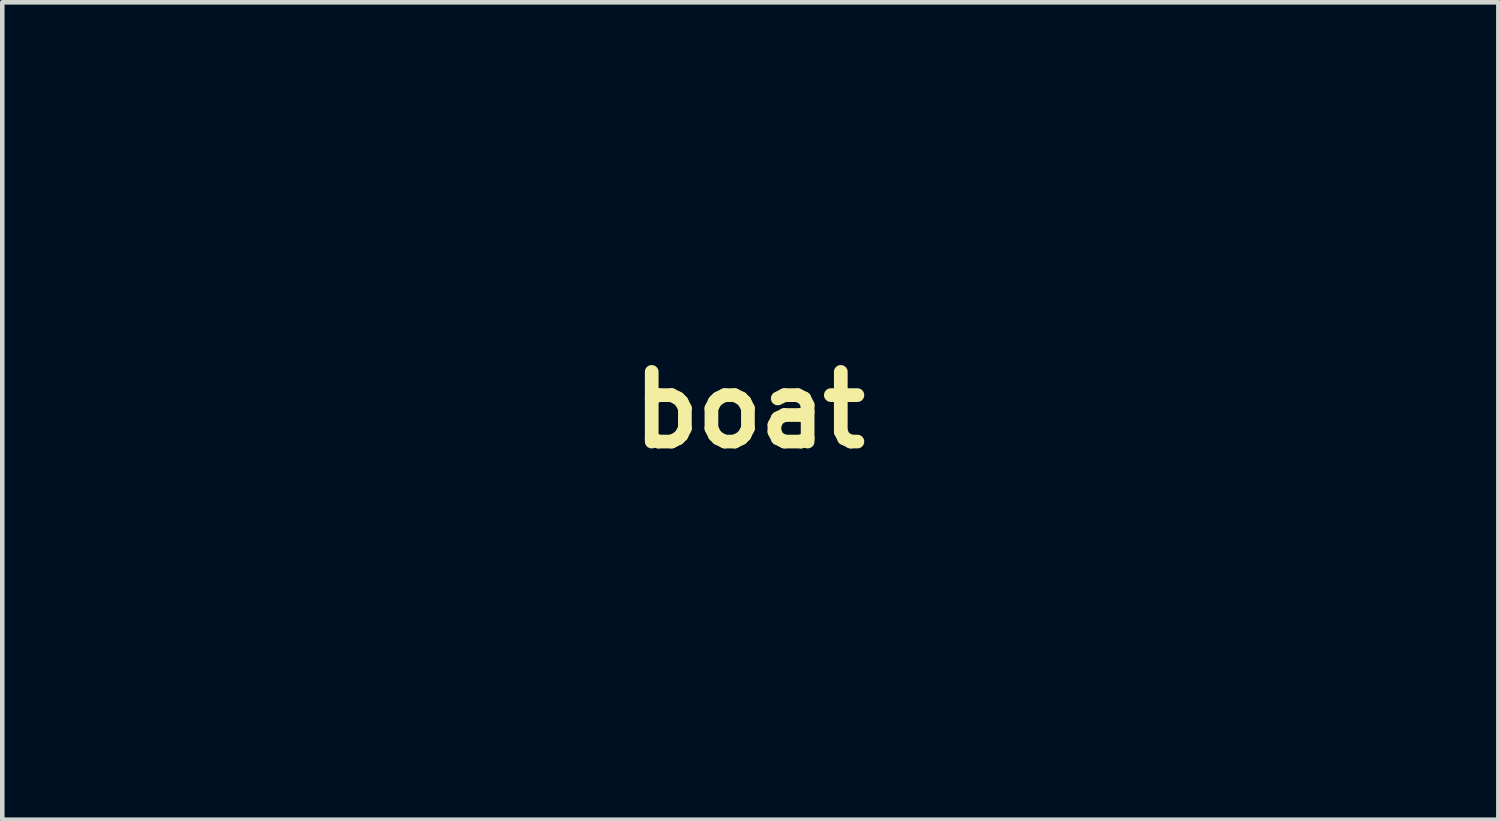
<source format=kicad_pcb>
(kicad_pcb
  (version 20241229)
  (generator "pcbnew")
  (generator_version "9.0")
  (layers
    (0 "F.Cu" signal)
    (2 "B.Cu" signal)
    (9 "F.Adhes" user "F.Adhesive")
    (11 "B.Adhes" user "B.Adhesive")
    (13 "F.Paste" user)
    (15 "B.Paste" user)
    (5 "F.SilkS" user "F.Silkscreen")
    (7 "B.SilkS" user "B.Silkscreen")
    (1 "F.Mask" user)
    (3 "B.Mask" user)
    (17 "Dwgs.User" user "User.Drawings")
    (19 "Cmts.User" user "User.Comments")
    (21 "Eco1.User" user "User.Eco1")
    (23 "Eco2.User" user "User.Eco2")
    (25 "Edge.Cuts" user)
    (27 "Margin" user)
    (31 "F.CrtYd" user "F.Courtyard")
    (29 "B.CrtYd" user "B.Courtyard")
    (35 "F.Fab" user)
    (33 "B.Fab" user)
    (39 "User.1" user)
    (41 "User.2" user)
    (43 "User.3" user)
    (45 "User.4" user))
  (footprint "boat"
    (layer "F.Cu")
    (at 13.349 5.921)
    (property "Reference" "boat" (at 0 0 0) (layer "F.SilkS") (effects (font (size 1.524 1.524) (thickness 0.3))))
    (attr through_hole)
    (fp_poly (pts (xy -10.34 1.662) (xy -10.147 1.73) (xy -10.079 1.858) (xy -10.075 1.916) (xy -10.085 2.018) (xy -10.136 2.078) (xy -10.265 2.107) (xy -10.508 2.116) (xy -10.71 2.117) (xy -11.049 2.109) (xy -11.248 2.084) (xy -11.335 2.034) (xy -11.345 1.996) (xy -11.272 1.788) (xy -11.064 1.66) (xy -10.74 1.617) (xy -10.34 1.662)) (stroke (width 0.01) (type solid)) (fill no) (layer "Eco1.User"))
    (fp_poly (pts (xy -10.436 0.119) (xy -10.408 0.23) (xy -10.395 0.459) (xy -10.401 0.719) (xy -10.41 1.019) (xy -10.39 1.197) (xy -10.331 1.297) (xy -10.252 1.351) (xy -10.108 1.448) (xy -10.106 1.513) (xy -10.254 1.551) (xy -10.562 1.566) (xy -10.668 1.567) (xy -10.96 1.565) (xy -11.172 1.559) (xy -11.26 1.552) (xy -11.261 1.551) (xy -11.19 1.447) (xy -11.02 1.344) (xy -10.82 1.278) (xy -10.741 1.27) (xy -10.487 1.27) (xy -10.5 0.783) (xy -10.507 0.427) (xy -10.504 0.213) (xy -10.489 0.113) (xy -10.458 0.101) (xy -10.436 0.119)) (stroke (width 0.01) (type solid)) (fill no) (layer "Eco1.User"))
    (fp_poly (pts (xy 13.357 -3.656) (xy 13.377 -3.569) (xy 13.325 -3.463) (xy 13.182 -3.255) (xy 12.969 -2.971) (xy 12.707 -2.635) (xy 12.415 -2.272) (xy 12.116 -1.909) (xy 11.83 -1.57) (xy 11.576 -1.281) (xy 11.377 -1.067) (xy 11.253 -0.954) (xy 11.233 -0.943) (xy 11.097 -0.854) (xy 11.037 -0.791) (xy 10.903 -0.708) (xy 10.665 -0.625) (xy 10.487 -0.584) (xy 10.16 -0.53) (xy 9.773 -0.478) (xy 9.364 -0.432) (xy 8.973 -0.396) (xy 8.64 -0.374) (xy 8.405 -0.369) (xy 8.317 -0.379) (xy 8.173 -0.4) (xy 7.894 -0.415) (xy 7.516 -0.423) (xy 7.074 -0.426) (xy 6.602 -0.423) (xy 6.135 -0.415) (xy 5.709 -0.402) (xy 5.358 -0.385) (xy 5.117 -0.363) (xy 5.038 -0.347) (xy 4.848 -0.304) (xy 4.538 -0.254) (xy 4.156 -0.205) (xy 3.872 -0.175) (xy 3.471 -0.127) (xy 3.112 -0.069) (xy 2.841 -0.008) (xy 2.729 0.032) (xy 2.545 0.105) (xy 2.247 0.199) (xy 1.886 0.299) (xy 1.714 0.343) (xy 0.931 0.535) (xy 0.931 0.86) (xy 0.949 1.07) (xy 1.023 1.169) (xy 1.182 1.168) (xy 1.457 1.075) (xy 1.505 1.056) (xy 1.769 0.899) (xy 1.969 0.689) (xy 1.98 0.671) (xy 2.202 0.428) (xy 2.561 0.222) (xy 3.062 0.051) (xy 3.71 -0.084) (xy 4.508 -0.185) (xy 5.462 -0.253) (xy 6.576 -0.288) (xy 7.208 -0.293) (xy 7.841 -0.294) (xy 8.321 -0.291) (xy 8.663 -0.283) (xy 8.882 -0.271) (xy 8.994 -0.252) (xy 9.015 -0.227) (xy 8.959 -0.193) (xy 8.956 -0.192) (xy 8.765 -0.128) (xy 8.647 -0.12) (xy 8.644 -0.122) (xy 8.545 -0.125) (xy 8.306 -0.111) (xy 7.952 -0.082) (xy 7.514 -0.041) (xy 7.023 0.01) (xy 6.497 0.063) (xy 6.001 0.106) (xy 5.57 0.137) (xy 5.242 0.153) (xy 5.067 0.152) (xy 4.845 0.15) (xy 4.722 0.171) (xy 4.712 0.191) (xy 4.662 0.229) (xy 4.489 0.254) (xy 4.386 0.258) (xy 4.056 0.291) (xy 3.724 0.369) (xy 3.683 0.383) (xy 3.409 0.463) (xy 3.158 0.505) (xy 3.114 0.507) (xy 2.799 0.551) (xy 2.432 0.664) (xy 2.088 0.816) (xy 1.863 0.965) (xy 1.401 1.261) (xy 1.016 1.396) (xy 0.656 1.488) (xy 0.429 1.539) (xy 0.307 1.555) (xy 0.259 1.541) (xy 0.254 1.522) (xy 0.286 1.383) (xy 0.456 1.383) (xy 0.554 1.418) (xy 0.591 1.416) (xy 0.757 1.329) (xy 0.814 1.218) (xy 0.84 0.979) (xy 0.832 0.834) (xy 0.802 0.635) (xy 0.664 0.847) (xy 0.541 1.07) (xy 0.47 1.244) (xy 0.456 1.383) (xy 0.286 1.383) (xy 0.303 1.306) (xy 0.433 1.032) (xy 0.613 0.741) (xy 0.817 0.473) (xy 1.014 0.27) (xy 1.176 0.173) (xy 1.203 0.169) (xy 1.334 0.112) (xy 1.512 -0.03) (xy 1.562 -0.08) (xy 1.785 -0.251) (xy 2.117 -0.429) (xy 2.425 -0.557) (xy 3.048 -0.785) (xy 3.048 -1.578) (xy 3.051 -1.948) (xy 3.063 -2.181) (xy 3.08 -2.258) (xy 3.161 -2.258) (xy 3.173 -2.207) (xy 3.217 -2.201) (xy 3.287 -2.232) (xy 3.274 -2.258) (xy 3.173 -2.268) (xy 3.161 -2.258) (xy 3.08 -2.258) (xy 3.092 -2.308) (xy 3.144 -2.361) (xy 3.217 -2.371) (xy 3.298 -2.358) (xy 3.348 -2.298) (xy 3.374 -2.159) (xy 3.385 -1.909) (xy 3.387 -1.609) (xy 3.387 -0.847) (xy 3.791 -0.847) (xy 4.07 -0.87) (xy 4.3 -0.929) (xy 4.363 -0.961) (xy 4.457 -1.018) (xy 4.567 -1.065) (xy 4.711 -1.102) (xy 4.905 -1.131) (xy 5.168 -1.152) (xy 5.516 -1.168) (xy 5.968 -1.178) (xy 6.539 -1.185) (xy 7.248 -1.188) (xy 7.956 -1.19) (xy 10.931 -1.195) (xy 11.244 -1.547) (xy 11.771 -2.135) (xy 12.233 -2.642) (xy 12.621 -3.058) (xy 12.925 -3.375) (xy 13.138 -3.582) (xy 13.25 -3.671) (xy 13.252 -3.672) (xy 13.357 -3.656)) (stroke (width 0.01) (type solid)) (fill no) (layer "Eco1.User"))
    (fp_poly (pts (xy 11.667 -0.058) (xy 12.154 0.39) (xy 12.18 1.413) (xy 12.185 1.812) (xy 12.177 2.146) (xy 12.16 2.381) (xy 12.133 2.482) (xy 12.133 2.482) (xy 12.026 2.465) (xy 11.834 2.37) (xy 11.69 2.281) (xy 11.395 2.079) (xy 11.22 1.945) (xy 11.143 1.855) (xy 11.142 1.786) (xy 11.174 1.738) (xy 11.215 1.609) (xy 11.109 1.534) (xy 11.014 1.525) (xy 10.931 1.544) (xy 10.99 1.596) (xy 11.053 1.674) (xy 10.975 1.769) (xy 10.87 1.819) (xy 10.805 1.724) (xy 10.796 1.696) (xy 10.773 1.484) (xy 10.795 1.268) (xy 10.815 1.085) (xy 10.755 1.019) (xy 10.722 1.016) (xy 10.578 1.065) (xy 10.52 1.171) (xy 10.577 1.266) (xy 10.649 1.392) (xy 10.622 1.565) (xy 10.523 1.716) (xy 10.384 1.777) (xy 10.266 1.763) (xy 10.304 1.711) (xy 10.327 1.697) (xy 10.41 1.603) (xy 10.358 1.552) (xy 10.21 1.575) (xy 10.108 1.67) (xy 10.107 1.737) (xy 10.05 1.801) (xy 9.84 1.859) (xy 9.495 1.91) (xy 9.029 1.952) (xy 8.46 1.981) (xy 8.128 1.992) (xy 7.702 2.011) (xy 7.198 2.048) (xy 6.705 2.095) (xy 6.562 2.112) (xy 6.083 2.167) (xy 5.556 2.225) (xy 5.074 2.275) (xy 4.953 2.287) (xy 4.563 2.33) (xy 4.196 2.382) (xy 3.913 2.433) (xy 3.852 2.447) (xy 3.586 2.494) (xy 3.234 2.527) (xy 2.928 2.538) (xy 2.547 2.558) (xy 2.16 2.608) (xy 1.912 2.66) (xy 1.522 2.754) (xy 1.019 2.85) (xy 0.461 2.941) (xy -0.098 3.015) (xy -0.202 3.026) (xy -0.615 3.072) (xy -0.419 2.806) (xy -0.254 2.634) (xy -0.097 2.544) (xy -0.069 2.54) (xy 0.029 2.508) (xy 0.075 2.385) (xy 0.085 2.169) (xy 0.087 2.117) (xy 0.847 2.117) (xy 0.911 2.199) (xy 0.931 2.201) (xy 1.014 2.137) (xy 1.016 2.117) (xy 0.952 2.034) (xy 0.931 2.032) (xy 1.439 2.032) (xy 1.47 2.102) (xy 1.496 2.088) (xy 1.506 1.988) (xy 1.496 1.976) (xy 1.445 1.987) (xy 1.439 2.032) (xy 0.931 2.032) (xy 0.849 2.096) (xy 0.847 2.117) (xy 0.087 2.117) (xy 0.091 1.982) (xy 0.102 1.947) (xy 1.693 1.947) (xy 1.758 2.03) (xy 1.778 2.032) (xy 1.86 1.968) (xy 1.863 1.947) (xy 1.843 1.923) (xy 2.405 1.923) (xy 2.417 1.953) (xy 2.498 2.028) (xy 2.538 1.943) (xy 2.54 1.9) (xy 2.498 1.813) (xy 2.454 1.821) (xy 2.405 1.923) (xy 1.843 1.923) (xy 1.798 1.865) (xy 1.778 1.863) (xy 1.696 1.927) (xy 1.693 1.947) (xy 0.102 1.947) (xy 0.13 1.851) (xy 0.208 1.778) (xy 3.217 1.778) (xy 3.282 1.86) (xy 3.302 1.863) (xy 3.384 1.798) (xy 3.387 1.778) (xy 3.322 1.696) (xy 3.302 1.693) (xy 3.22 1.758) (xy 3.217 1.778) (xy 0.208 1.778) (xy 0.232 1.755) (xy 0.425 1.672) (xy 0.493 1.651) (xy 3.979 1.651) (xy 4.047 1.763) (xy 4.106 1.778) (xy 4.219 1.71) (xy 4.233 1.651) (xy 4.166 1.539) (xy 4.106 1.524) (xy 5.249 1.524) (xy 5.314 1.606) (xy 5.334 1.609) (xy 5.416 1.544) (xy 5.419 1.524) (xy 5.354 1.442) (xy 5.334 1.439) (xy 5.252 1.504) (xy 5.249 1.524) (xy 4.106 1.524) (xy 3.994 1.592) (xy 3.979 1.651) (xy 0.493 1.651) (xy 0.738 1.578) (xy 0.931 1.525) (xy 1.388 1.36) (xy 6.858 1.36) (xy 6.923 1.437) (xy 6.943 1.439) (xy 7.017 1.37) (xy 7.027 1.307) (xy 6.986 1.22) (xy 6.943 1.228) (xy 6.861 1.336) (xy 6.858 1.36) (xy 1.388 1.36) (xy 1.509 1.316) (xy 1.923 1.058) (xy 9.229 1.058) (xy 9.274 1.171) (xy 9.313 1.185) (xy 9.388 1.117) (xy 9.398 1.058) (xy 9.352 0.946) (xy 9.313 0.931) (xy 9.238 1) (xy 9.229 1.058) (xy 1.923 1.058) (xy 1.952 1.04) (xy 2.001 0.999) (xy 2.22 0.862) (xy 2.538 0.733) (xy 2.884 0.635) (xy 3.188 0.592) (xy 3.21 0.591) (xy 3.433 0.563) (xy 3.707 0.493) (xy 3.768 0.473) (xy 4.015 0.411) (xy 4.365 0.354) (xy 4.749 0.312) (xy 4.826 0.307) (xy 5.193 0.278) (xy 5.668 0.235) (xy 6.191 0.183) (xy 6.703 0.128) (xy 6.731 0.125) (xy 7.213 0.073) (xy 7.684 0.025) (xy 8.094 -0.013) (xy 8.392 -0.037) (xy 8.424 -0.039) (xy 8.781 -0.084) (xy 9.197 -0.167) (xy 9.525 -0.255) (xy 9.919 -0.357) (xy 10.343 -0.437) (xy 10.649 -0.472) (xy 11.18 -0.506) (xy 11.667 -0.058)) (stroke (width 0.01) (type solid)) (fill no) (layer "Eco1.User"))
    (fp_poly (pts (xy 6.908 -5.899) (xy 6.962 -5.891) (xy 7.245 -5.821) (xy 7.383 -5.712) (xy 7.399 -5.543) (xy 7.388 -5.492) (xy 7.42 -5.303) (xy 7.536 -5.164) (xy 7.727 -4.998) (xy 7.504 -4.706) (xy 7.358 -4.468) (xy 7.293 -4.21) (xy 7.283 -3.964) (xy 7.302 -3.599) (xy 7.357 -3.399) (xy 7.447 -3.364) (xy 7.572 -3.493) (xy 7.578 -3.502) (xy 7.725 -3.681) (xy 7.828 -3.711) (xy 7.873 -3.591) (xy 7.874 -3.556) (xy 7.92 -3.427) (xy 8.082 -3.384) (xy 8.107 -3.384) (xy 8.49 -3.37) (xy 8.883 -3.341) (xy 9.242 -3.301) (xy 9.527 -3.256) (xy 9.696 -3.21) (xy 9.716 -3.198) (xy 9.795 -3.055) (xy 9.821 -2.879) (xy 9.896 -2.632) (xy 10.005 -2.523) (xy 10.126 -2.381) (xy 10.134 -2.235) (xy 10.042 -2.141) (xy 9.91 -2.14) (xy 9.817 -2.149) (xy 9.774 -2.087) (xy 9.77 -1.917) (xy 9.781 -1.738) (xy 9.816 -1.294) (xy 7.317 -1.278) (xy 6.679 -1.272) (xy 6.095 -1.265) (xy 5.585 -1.256) (xy 5.172 -1.245) (xy 4.878 -1.234) (xy 4.725 -1.223) (xy 4.711 -1.22) (xy 4.652 -1.239) (xy 4.626 -1.369) (xy 4.628 -1.482) (xy 9.059 -1.482) (xy 9.102 -1.439) (xy 9.144 -1.482) (xy 9.102 -1.524) (xy 9.059 -1.482) (xy 4.628 -1.482) (xy 4.63 -1.637) (xy 4.634 -1.711) (xy 4.638 -1.768) (xy 4.826 -1.768) (xy 4.846 -1.577) (xy 4.921 -1.539) (xy 5.073 -1.645) (xy 5.095 -1.664) (xy 5.21 -1.852) (xy 5.249 -2.047) (xy 5.241 -2.201) (xy 5.757 -2.201) (xy 5.795 -2) (xy 5.884 -1.947) (xy 5.985 -2.023) (xy 6.011 -2.201) (xy 6.181 -2.201) (xy 6.207 -2.015) (xy 6.306 -1.95) (xy 6.35 -1.947) (xy 6.474 -1.987) (xy 6.518 -2.136) (xy 6.519 -2.201) (xy 6.689 -2.201) (xy 6.715 -2.015) (xy 6.814 -1.95) (xy 6.858 -1.947) (xy 6.982 -1.987) (xy 7.026 -2.136) (xy 7.027 -2.201) (xy 7.197 -2.201) (xy 7.223 -2.015) (xy 7.322 -1.95) (xy 7.366 -1.947) (xy 7.49 -1.987) (xy 7.534 -2.136) (xy 7.535 -2.201) (xy 7.705 -2.201) (xy 7.743 -2) (xy 7.832 -1.947) (xy 7.932 -2.023) (xy 7.959 -2.201) (xy 8.128 -2.201) (xy 8.166 -2) (xy 8.255 -1.947) (xy 8.356 -2.023) (xy 8.382 -2.201) (xy 8.551 -2.201) (xy 8.578 -2.015) (xy 8.677 -1.95) (xy 8.721 -1.947) (xy 8.845 -1.987) (xy 8.888 -2.136) (xy 8.89 -2.201) (xy 9.059 -2.201) (xy 9.082 -2.02) (xy 9.179 -1.953) (xy 9.271 -1.947) (xy 9.422 -1.975) (xy 9.478 -2.091) (xy 9.483 -2.201) (xy 9.46 -2.383) (xy 9.363 -2.449) (xy 9.271 -2.455) (xy 9.12 -2.428) (xy 9.064 -2.312) (xy 9.059 -2.201) (xy 8.89 -2.201) (xy 8.863 -2.387) (xy 8.764 -2.453) (xy 8.721 -2.455) (xy 8.597 -2.415) (xy 8.553 -2.267) (xy 8.551 -2.201) (xy 8.382 -2.201) (xy 8.344 -2.403) (xy 8.255 -2.455) (xy 8.154 -2.38) (xy 8.128 -2.201) (xy 7.959 -2.201) (xy 7.921 -2.403) (xy 7.832 -2.455) (xy 7.731 -2.38) (xy 7.705 -2.201) (xy 7.535 -2.201) (xy 7.509 -2.387) (xy 7.41 -2.453) (xy 7.366 -2.455) (xy 7.242 -2.415) (xy 7.198 -2.267) (xy 7.197 -2.201) (xy 7.027 -2.201) (xy 7.001 -2.387) (xy 6.902 -2.453) (xy 6.858 -2.455) (xy 6.734 -2.415) (xy 6.69 -2.267) (xy 6.689 -2.201) (xy 6.519 -2.201) (xy 6.493 -2.387) (xy 6.394 -2.453) (xy 6.35 -2.455) (xy 6.226 -2.415) (xy 6.182 -2.267) (xy 6.181 -2.201) (xy 6.011 -2.201) (xy 5.973 -2.403) (xy 5.884 -2.455) (xy 5.784 -2.38) (xy 5.757 -2.201) (xy 5.241 -2.201) (xy 5.241 -2.212) (xy 5.183 -2.237) (xy 5.038 -2.151) (xy 4.861 -1.954) (xy 4.826 -1.768) (xy 4.638 -1.768) (xy 4.665 -2.13) (xy 4.704 -2.404) (xy 4.757 -2.559) (xy 4.831 -2.621) (xy 4.864 -2.625) (xy 4.995 -2.686) (xy 5.148 -2.835) (xy 5.153 -2.841) (xy 5.283 -2.989) (xy 5.367 -3.055) (xy 5.37 -3.055) (xy 5.469 -3.084) (xy 5.666 -3.161) (xy 5.777 -3.208) (xy 6.041 -3.316) (xy 6.268 -3.402) (xy 6.324 -3.421) (xy 6.484 -3.552) (xy 6.573 -3.793) (xy 6.58 -3.937) (xy 6.858 -3.937) (xy 6.9 -3.895) (xy 6.943 -3.937) (xy 6.9 -3.979) (xy 6.858 -3.937) (xy 6.58 -3.937) (xy 6.588 -4.095) (xy 6.56 -4.233) (xy 6.871 -4.233) (xy 6.885 -4.113) (xy 6.914 -4.128) (xy 6.925 -4.301) (xy 6.914 -4.339) (xy 6.883 -4.35) (xy 6.871 -4.233) (xy 6.56 -4.233) (xy 6.523 -4.413) (xy 6.437 -4.603) (xy 6.318 -4.892) (xy 6.269 -5.146) (xy 6.308 -5.146) (xy 6.583 -5.028) (xy 6.783 -4.906) (xy 6.859 -4.742) (xy 6.863 -4.678) (xy 6.869 -4.445) (xy 6.95 -4.648) (xy 6.986 -4.784) (xy 7.112 -4.784) (xy 7.154 -4.741) (xy 7.197 -4.784) (xy 7.154 -4.826) (xy 7.112 -4.784) (xy 6.986 -4.784) (xy 6.995 -4.816) (xy 6.984 -4.897) (xy 7.012 -4.967) (xy 7.131 -5.051) (xy 7.237 -5.129) (xy 7.218 -5.162) (xy 7.137 -5.237) (xy 7.1 -5.397) (xy 7.088 -5.537) (xy 7.068 -5.515) (xy 7.054 -5.45) (xy 6.981 -5.318) (xy 6.801 -5.237) (xy 6.663 -5.208) (xy 6.308 -5.146) (xy 6.269 -5.146) (xy 6.257 -5.207) (xy 6.26 -5.492) (xy 6.333 -5.688) (xy 6.345 -5.701) (xy 6.422 -5.736) (xy 6.44 -5.668) (xy 6.468 -5.642) (xy 6.516 -5.729) (xy 7.14 -5.729) (xy 7.152 -5.679) (xy 7.197 -5.673) (xy 7.266 -5.704) (xy 7.253 -5.729) (xy 7.153 -5.739) (xy 7.14 -5.729) (xy 6.516 -5.729) (xy 6.526 -5.747) (xy 6.595 -5.871) (xy 6.703 -5.916) (xy 6.908 -5.899)) (stroke (width 0.01) (type solid)) (fill no) (layer "Eco1.User"))
    (fp_poly (pts (xy 10.699 1.966) (xy 10.976 2.007) (xy 11.22 2.099) (xy 11.474 2.254) (xy 11.785 2.483) (xy 11.795 2.49) (xy 12.118 2.737) (xy 12.091 4.283) (xy 12.081 4.777) (xy 12.067 5.21) (xy 12.052 5.554) (xy 12.037 5.783) (xy 12.023 5.868) (xy 11.912 5.893) (xy 11.646 5.914) (xy 11.24 5.931) (xy 10.707 5.944) (xy 10.063 5.953) (xy 9.322 5.957) (xy 8.497 5.957) (xy 7.604 5.953) (xy 6.656 5.944) (xy 5.669 5.93) (xy 5.038 5.919) (xy 4.107 5.898) (xy 3.116 5.871) (xy 2.101 5.839) (xy 1.1 5.803) (xy 0.149 5.764) (xy -0.716 5.724) (xy -1.456 5.685) (xy -1.609 5.676) (xy -2.537 5.625) (xy -3.604 5.578) (xy -4.781 5.537) (xy -6.037 5.501) (xy -7.343 5.471) (xy -8.657 5.45) (xy -9.75 5.434) (xy -10.678 5.417) (xy -11.446 5.4) (xy -12.057 5.38) (xy -12.516 5.36) (xy -12.827 5.338) (xy -12.996 5.314) (xy -13.029 5.3) (xy -13.075 5.18) (xy -13.138 4.935) (xy -13.208 4.607) (xy -13.247 4.402) (xy -13.311 4.023) (xy -13.323 3.932) (xy -12.7 3.932) (xy -12.673 4.119) (xy -12.566 4.209) (xy -12.336 4.233) (xy -12.311 4.233) (xy -12.09 4.198) (xy -11.985 4.078) (xy -11.983 4.073) (xy -11.724 4.073) (xy -11.698 4.122) (xy -11.573 4.139) (xy -11.32 4.134) (xy -11.222 4.13) (xy -10.941 4.112) (xy -10.741 4.088) (xy -10.668 4.064) (xy -10.59 4.04) (xy -10.387 4.018) (xy -10.102 4.003) (xy -10.096 4.002) (xy -9.511 3.981) (xy 8.213 3.981) (xy 8.23 4.295) (xy 8.281 4.464) (xy 8.36 4.479) (xy 8.424 4.403) (xy 8.529 4.36) (xy 8.755 4.33) (xy 9.054 4.318) (xy 9.064 4.318) (xy 9.39 4.312) (xy 9.575 4.271) (xy 9.646 4.161) (xy 9.631 3.948) (xy 9.578 3.683) (xy 9.535 3.537) (xy 9.457 3.459) (xy 9.296 3.425) (xy 9.059 3.412) (xy 8.675 3.404) (xy 8.429 3.427) (xy 8.291 3.5) (xy 8.229 3.646) (xy 8.213 3.885) (xy 8.213 3.981) (xy -9.511 3.981) (xy -9.485 3.98) (xy -9.024 3.959) (xy -8.97 3.955) (xy -8.204 3.955) (xy -8.119 3.938) (xy -8.103 3.932) (xy -8 3.864) (xy -7.999 3.826) (xy -8.088 3.836) (xy -8.151 3.884) (xy -8.204 3.955) (xy -8.97 3.955) (xy -8.696 3.938) (xy -8.482 3.915) (xy -8.364 3.889) (xy -8.33 3.871) (xy -8.391 3.852) (xy -8.597 3.836) (xy -8.924 3.823) (xy -9.347 3.814) (xy -9.842 3.81) (xy -9.931 3.81) (xy -10.502 3.811) (xy -10.927 3.815) (xy -11.229 3.824) (xy -11.431 3.842) (xy -11.558 3.869) (xy -11.631 3.909) (xy -11.675 3.963) (xy -11.685 3.981) (xy -11.724 4.073) (xy -11.983 4.073) (xy -11.981 4.065) (xy -11.96 3.87) (xy -12.069 3.755) (xy -12.249 3.702) (xy -12.52 3.688) (xy -12.665 3.778) (xy -12.7 3.932) (xy -13.323 3.932) (xy -13.344 3.762) (xy -13.343 3.57) (xy -13.309 3.398) (xy -13.241 3.198) (xy -13.233 3.176) (xy -13.143 2.949) (xy -13.067 2.836) (xy -13.039 2.836) (xy -12.996 2.879) (xy -12.954 2.836) (xy -12.996 2.794) (xy -13.039 2.836) (xy -13.067 2.836) (xy -13.05 2.811) (xy -12.907 2.723) (xy -12.666 2.648) (xy -12.534 2.613) (xy -12.203 2.545) (xy -11.893 2.512) (xy -11.706 2.517) (xy -11.504 2.532) (xy -11.407 2.472) (xy -11.373 2.383) (xy -11.333 2.289) (xy -11.248 2.234) (xy -11.079 2.209) (xy -10.788 2.201) (xy -10.703 2.201) (xy -10.377 2.207) (xy -10.178 2.23) (xy -10.063 2.281) (xy -9.992 2.373) (xy -9.982 2.392) (xy -9.902 2.541) (xy -9.828 2.624) (xy -9.704 2.686) (xy -9.51 2.756) (xy -9.397 2.8) (xy -9.359 2.832) (xy -9.413 2.852) (xy -9.579 2.865) (xy -9.873 2.872) (xy -10.315 2.875) (xy -10.44 2.875) (xy -10.986 2.871) (xy -11.366 2.856) (xy -11.583 2.83) (xy -11.64 2.792) (xy -11.64 2.791) (xy -11.525 2.739) (xy -11.402 2.749) (xy -11.284 2.775) (xy -11.313 2.748) (xy -11.416 2.694) (xy -11.61 2.635) (xy -11.776 2.694) (xy -11.905 2.745) (xy -11.938 2.71) (xy -12.009 2.641) (xy -12.107 2.625) (xy -12.255 2.649) (xy -12.254 2.71) (xy -12.113 2.794) (xy -11.939 2.858) (xy -11.704 2.903) (xy -11.336 2.937) (xy -10.871 2.958) (xy -10.449 2.963) (xy -9.694 2.983) (xy -9.072 3.045) (xy -8.551 3.156) (xy -8.098 3.32) (xy -7.953 3.39) (xy -7.746 3.475) (xy -7.604 3.499) (xy -7.581 3.489) (xy -7.493 3.5) (xy -7.407 3.586) (xy -7.365 3.633) (xy -7.306 3.668) (xy -7.208 3.692) (xy -7.052 3.705) (xy -6.818 3.707) (xy -6.486 3.7) (xy -6.037 3.683) (xy -5.45 3.657) (xy -5.022 3.637) (xy -4.203 3.595) (xy -3.533 3.551) (xy -3.017 3.506) (xy -2.659 3.461) (xy -2.466 3.417) (xy -2.2 3.345) (xy -1.877 3.305) (xy -1.773 3.302) (xy -1.472 3.282) (xy -1.201 3.231) (xy -1.127 3.207) (xy -0.89 3.15) (xy -0.592 3.126) (xy -0.508 3.127) (xy -0.218 3.117) (xy 0.192 3.073) (xy 0.678 3.002) (xy 1.196 2.912) (xy 1.7 2.809) (xy 1.967 2.746) (xy 2.327 2.68) (xy 2.746 2.636) (xy 3.029 2.625) (xy 3.417 2.606) (xy 3.819 2.557) (xy 4.067 2.508) (xy 4.39 2.443) (xy 4.795 2.384) (xy 5.197 2.343) (xy 5.207 2.343) (xy 5.631 2.307) (xy 6.124 2.256) (xy 6.589 2.202) (xy 6.646 2.195) (xy 7.109 2.144) (xy 7.622 2.103) (xy 8.082 2.08) (xy 8.128 2.079) (xy 8.521 2.065) (xy 9.012 2.043) (xy 9.527 2.014) (xy 9.864 1.993) (xy 10.343 1.965) (xy 10.699 1.966)) (stroke (width 0.01) (type solid)) (fill no) (layer "Eco1.User")))
  (gr_rect
    (start -3 -3)
    (end 29.731 14.883)
    (stroke (width 0.1) (type default))
    (fill no)
    (layer "Edge.Cuts")))
</source>
